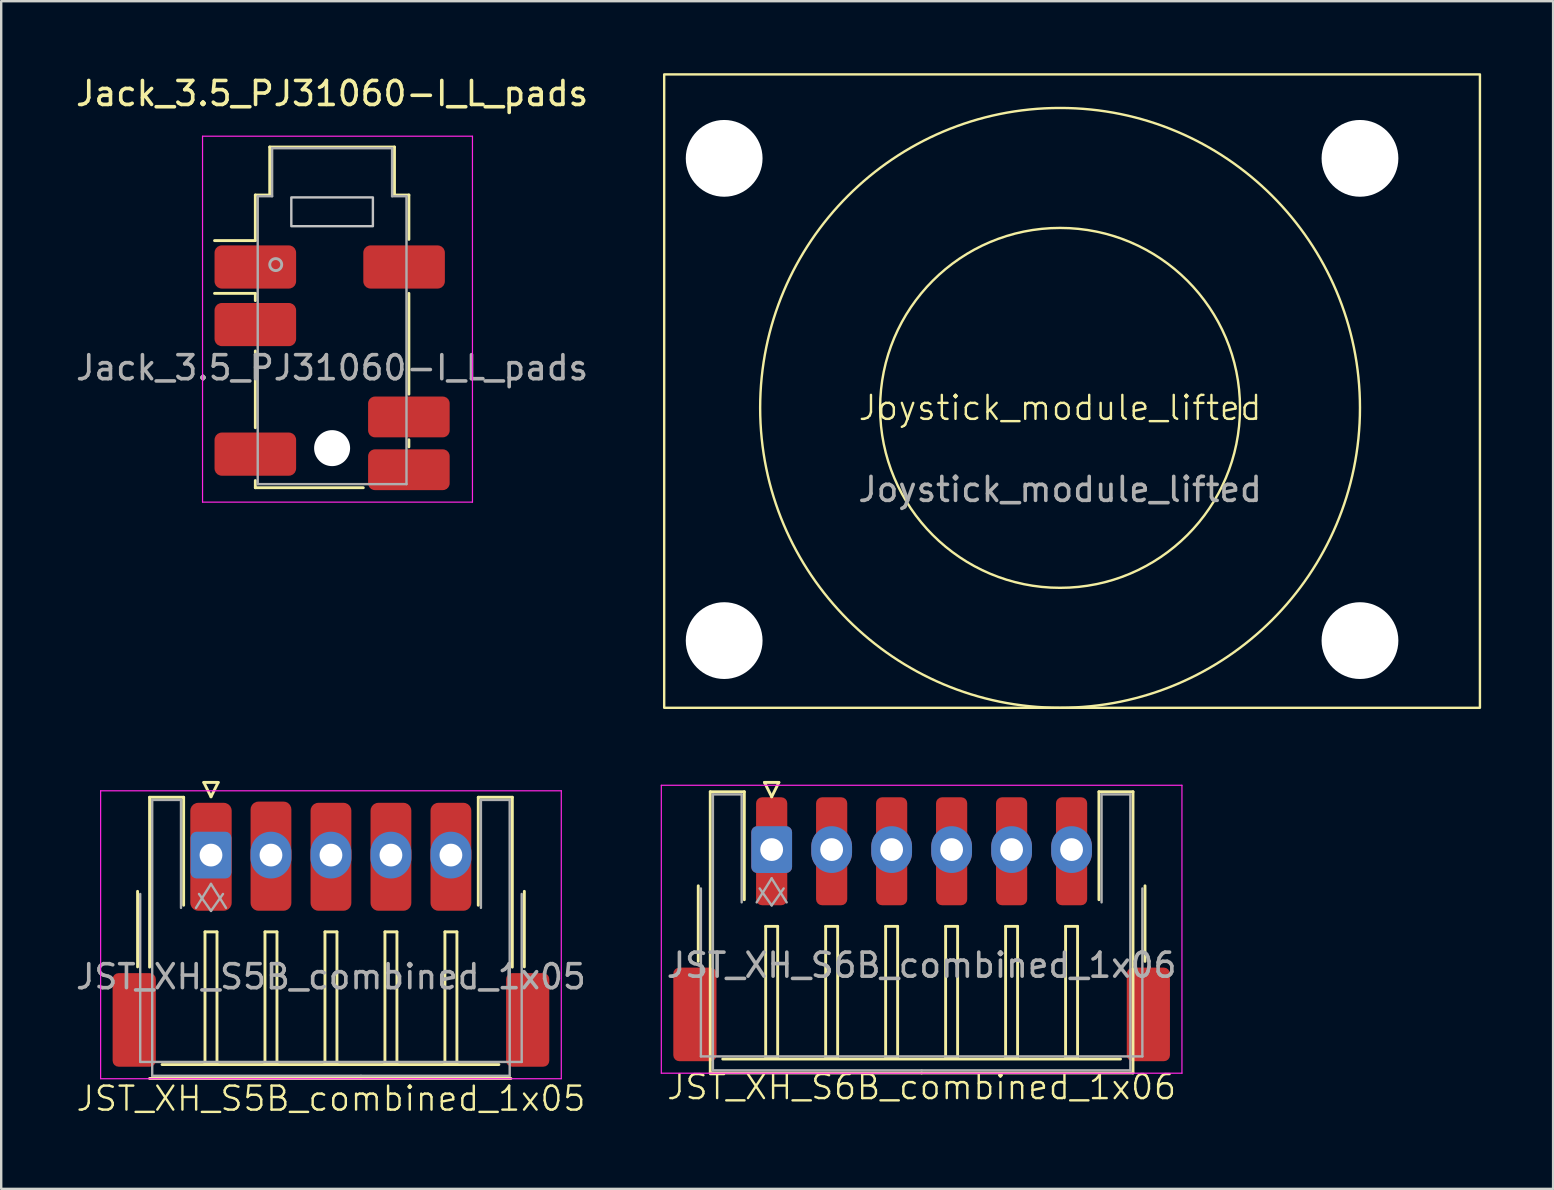
<source format=kicad_pcb>
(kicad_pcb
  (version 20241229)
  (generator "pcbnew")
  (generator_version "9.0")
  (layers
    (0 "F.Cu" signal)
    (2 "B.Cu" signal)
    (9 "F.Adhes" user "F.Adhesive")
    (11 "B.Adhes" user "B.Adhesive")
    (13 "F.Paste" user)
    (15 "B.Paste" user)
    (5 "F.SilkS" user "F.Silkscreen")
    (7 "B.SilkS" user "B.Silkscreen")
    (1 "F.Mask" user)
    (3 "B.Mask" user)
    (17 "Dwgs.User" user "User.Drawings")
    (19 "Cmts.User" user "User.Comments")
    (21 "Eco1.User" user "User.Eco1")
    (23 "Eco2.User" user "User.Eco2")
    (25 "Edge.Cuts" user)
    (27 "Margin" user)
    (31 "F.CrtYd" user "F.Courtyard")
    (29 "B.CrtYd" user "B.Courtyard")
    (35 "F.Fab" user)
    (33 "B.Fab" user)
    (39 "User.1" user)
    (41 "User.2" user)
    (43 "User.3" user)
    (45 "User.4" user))
  (footprint "Joystick_module_lifted"
    (layer "F.Cu")
    (at 27.133 3.55)
    (property "Reference" "Joystick_module_lifted" (at 14 10.4 0) (unlocked yes) (layer "F.SilkS") (effects (font (size 1 1) (thickness 0.1))))
    (fp_rect (start -2.5 -3.5) (end 31.5 22.9) (stroke (width 0.1) (type default)) (fill no) (layer "F.SilkS"))
    (fp_circle (center 14 10.4) (end 21.5 10.4) (stroke (width 0.1) (type default)) (fill no) (layer "F.SilkS"))
    (fp_circle (center 14 10.4) (end 26.5 10.4) (stroke (width 0.1) (type default)) (fill no) (layer "F.SilkS"))
    (fp_text user "${REFERENCE}" (at 14 13.8 0) (unlocked yes) (layer "F.Fab") (effects (font (size 1 1) (thickness 0.15))))
    (pad "" np_thru_hole circle (at 0 0) (size 3.2 3.2) (drill 3.2) (layers "*.Cu" "*.Mask"))
    (pad "" np_thru_hole circle (at 0 20.1) (size 3.2 3.2) (drill 3.2) (layers "*.Cu" "*.Mask"))
    (pad "" np_thru_hole circle (at 26.5 0) (size 3.2 3.2) (drill 3.2) (layers "*.Cu" "*.Mask"))
    (pad "" np_thru_hole circle (at 26.5 20.1) (size 3.2 3.2) (drill 3.2) (layers "*.Cu" "*.Mask")))
  (footprint "JST_XH_S6B_combined_1x06"
    (layer "F.Cu")
    (at 29.113 32.43)
    (property "Reference" "JST_XH_S6B_combined_1x06" (at 6.25 9.83 0) (unlocked yes) (layer "F.SilkS") (effects (font (size 1 1) (thickness 0.1))))
    (attr through_hole)
    (fp_line (start -3.06 4.59) (end -3.06 1.44) (stroke (width 0.12) (type solid)) (layer "F.SilkS"))
    (fp_line (start -2.56 -2.48) (end -1.14 -2.48) (stroke (width 0.12) (type solid)) (layer "F.SilkS"))
    (fp_line (start -2.56 9.24) (end -2.56 -2.48) (stroke (width 0.12) (type solid)) (layer "F.SilkS"))
    (fp_line (start -2.04 8.66) (end 14.54 8.66) (stroke (width 0.12) (type solid)) (layer "F.SilkS"))
    (fp_line (start -1.14 -2.48) (end -1.14 2.02) (stroke (width 0.12) (type solid)) (layer "F.SilkS"))
    (fp_line (start -0.3 -2.87) (end 0.3 -2.87) (stroke (width 0.12) (type solid)) (layer "F.SilkS"))
    (fp_line (start -0.25 3.13) (end -0.25 8.63) (stroke (width 0.12) (type solid)) (layer "F.SilkS"))
    (fp_line (start -0.25 8.63) (end 0.25 8.63) (stroke (width 0.12) (type solid)) (layer "F.SilkS"))
    (fp_line (start 0 -2.27) (end -0.3 -2.87) (stroke (width 0.12) (type solid)) (layer "F.SilkS"))
    (fp_line (start 0.25 3.13) (end -0.25 3.13) (stroke (width 0.12) (type solid)) (layer "F.SilkS"))
    (fp_line (start 0.25 8.63) (end 0.25 3.13) (stroke (width 0.12) (type solid)) (layer "F.SilkS"))
    (fp_line (start 0.3 -2.87) (end 0 -2.27) (stroke (width 0.12) (type solid)) (layer "F.SilkS"))
    (fp_line (start 2.25 3.13) (end 2.25 8.63) (stroke (width 0.12) (type solid)) (layer "F.SilkS"))
    (fp_line (start 2.25 8.63) (end 2.75 8.63) (stroke (width 0.12) (type solid)) (layer "F.SilkS"))
    (fp_line (start 2.75 3.13) (end 2.25 3.13) (stroke (width 0.12) (type solid)) (layer "F.SilkS"))
    (fp_line (start 2.75 8.63) (end 2.75 3.13) (stroke (width 0.12) (type solid)) (layer "F.SilkS"))
    (fp_line (start 4.75 3.13) (end 4.75 8.63) (stroke (width 0.12) (type solid)) (layer "F.SilkS"))
    (fp_line (start 4.75 8.63) (end 5.25 8.63) (stroke (width 0.12) (type solid)) (layer "F.SilkS"))
    (fp_line (start 5.25 3.13) (end 4.75 3.13) (stroke (width 0.12) (type solid)) (layer "F.SilkS"))
    (fp_line (start 5.25 8.63) (end 5.25 3.13) (stroke (width 0.12) (type solid)) (layer "F.SilkS"))
    (fp_line (start 6.25 9.24) (end -2.56 9.24) (stroke (width 0.12) (type solid)) (layer "F.SilkS"))
    (fp_line (start 6.25 9.24) (end 15.06 9.24) (stroke (width 0.12) (type solid)) (layer "F.SilkS"))
    (fp_line (start 7.25 3.13) (end 7.25 8.63) (stroke (width 0.12) (type solid)) (layer "F.SilkS"))
    (fp_line (start 7.25 8.63) (end 7.75 8.63) (stroke (width 0.12) (type solid)) (layer "F.SilkS"))
    (fp_line (start 7.75 3.13) (end 7.25 3.13) (stroke (width 0.12) (type solid)) (layer "F.SilkS"))
    (fp_line (start 7.75 8.63) (end 7.75 3.13) (stroke (width 0.12) (type solid)) (layer "F.SilkS"))
    (fp_line (start 9.75 3.13) (end 9.75 8.63) (stroke (width 0.12) (type solid)) (layer "F.SilkS"))
    (fp_line (start 9.75 8.63) (end 10.25 8.63) (stroke (width 0.12) (type solid)) (layer "F.SilkS"))
    (fp_line (start 10.25 3.13) (end 9.75 3.13) (stroke (width 0.12) (type solid)) (layer "F.SilkS"))
    (fp_line (start 10.25 8.63) (end 10.25 3.13) (stroke (width 0.12) (type solid)) (layer "F.SilkS"))
    (fp_line (start 12.25 3.13) (end 12.25 8.63) (stroke (width 0.12) (type solid)) (layer "F.SilkS"))
    (fp_line (start 12.25 8.63) (end 12.75 8.63) (stroke (width 0.12) (type solid)) (layer "F.SilkS"))
    (fp_line (start 12.75 3.13) (end 12.25 3.13) (stroke (width 0.12) (type solid)) (layer "F.SilkS"))
    (fp_line (start 12.75 8.63) (end 12.75 3.13) (stroke (width 0.12) (type solid)) (layer "F.SilkS"))
    (fp_line (start 13.64 -2.48) (end 13.64 2.02) (stroke (width 0.12) (type solid)) (layer "F.SilkS"))
    (fp_line (start 15.06 -2.48) (end 13.64 -2.48) (stroke (width 0.12) (type solid)) (layer "F.SilkS"))
    (fp_line (start 15.06 9.24) (end 15.06 -2.48) (stroke (width 0.12) (type solid)) (layer "F.SilkS"))
    (fp_line (start 15.56 4.59) (end 15.56 1.44) (stroke (width 0.12) (type solid)) (layer "F.SilkS"))
    (fp_line (start -4.6 -2.75) (end -4.6 9.25) (stroke (width 0.05) (type solid)) (layer "F.CrtYd"))
    (fp_line (start -4.6 9.25) (end 17.1 9.25) (stroke (width 0.05) (type solid)) (layer "F.CrtYd"))
    (fp_line (start 17.1 -2.75) (end -4.6 -2.75) (stroke (width 0.05) (type solid)) (layer "F.CrtYd"))
    (fp_line (start 17.1 9.25) (end 17.1 -2.75) (stroke (width 0.05) (type solid)) (layer "F.CrtYd"))
    (fp_line (start -2.95 1.55) (end -2.95 8.55) (stroke (width 0.1) (type solid)) (layer "F.Fab"))
    (fp_line (start -2.95 8.55) (end 15.45 8.55) (stroke (width 0.1) (type solid)) (layer "F.Fab"))
    (fp_line (start -2.45 -2.37) (end -1.25 -2.37) (stroke (width 0.1) (type solid)) (layer "F.Fab"))
    (fp_line (start -2.45 9.13) (end -2.45 -2.37) (stroke (width 0.1) (type solid)) (layer "F.Fab"))
    (fp_line (start -1.25 -2.37) (end -1.25 2.13) (stroke (width 0.1) (type solid)) (layer "F.Fab"))
    (fp_line (start -0.625 2.13) (end 0 1.13) (stroke (width 0.1) (type solid)) (layer "F.Fab"))
    (fp_line (start -0.5 1.55) (end 0 2.257) (stroke (width 0.1) (type solid)) (layer "F.Fab"))
    (fp_line (start 0 1.13) (end 0.625 2.13) (stroke (width 0.1) (type solid)) (layer "F.Fab"))
    (fp_line (start 0 2.257) (end 0.5 1.55) (stroke (width 0.1) (type solid)) (layer "F.Fab"))
    (fp_line (start 6.25 9.13) (end -2.45 9.13) (stroke (width 0.1) (type solid)) (layer "F.Fab"))
    (fp_line (start 6.25 9.13) (end 14.95 9.13) (stroke (width 0.1) (type solid)) (layer "F.Fab"))
    (fp_line (start 13.75 -2.37) (end 13.75 2.13) (stroke (width 0.1) (type solid)) (layer "F.Fab"))
    (fp_line (start 14.95 -2.37) (end 13.75 -2.37) (stroke (width 0.1) (type solid)) (layer "F.Fab"))
    (fp_line (start 14.95 9.13) (end 14.95 -2.37) (stroke (width 0.1) (type solid)) (layer "F.Fab"))
    (fp_line (start 15.45 1.55) (end 15.45 8.55) (stroke (width 0.1) (type solid)) (layer "F.Fab"))
    (fp_text user "${REFERENCE}" (at 6.25 4.75 0) (unlocked yes) (layer "F.Fab") (effects (font (size 1 1) (thickness 0.15))))
    (pad "1" thru_hole roundrect (at 0 -0.07) (size 1.7 1.95) (drill 0.95) (layers "*.Cu" "*.Mask") (roundrect_rratio 0.147))
    (pad "1" smd roundrect (at 0 0) (size 1.3 4.5) (layers "F.Cu" "F.Mask" "F.Paste") (roundrect_rratio 0.192))
    (pad "2" thru_hole oval (at 2.5 -0.07) (size 1.7 1.95) (drill 0.95) (layers "*.Cu" "*.Mask"))
    (pad "2" smd roundrect (at 2.5 0) (size 1.3 4.5) (layers "F.Cu" "F.Mask" "F.Paste") (roundrect_rratio 0.192))
    (pad "3" thru_hole oval (at 5 -0.07) (size 1.7 1.95) (drill 0.95) (layers "*.Cu" "*.Mask"))
    (pad "3" smd roundrect (at 5 0) (size 1.3 4.5) (layers "F.Cu" "F.Mask" "F.Paste") (roundrect_rratio 0.192))
    (pad "4" thru_hole oval (at 7.5 -0.07) (size 1.7 1.95) (drill 0.95) (layers "*.Cu" "*.Mask"))
    (pad "4" smd roundrect (at 7.5 0) (size 1.3 4.5) (layers "F.Cu" "F.Mask" "F.Paste") (roundrect_rratio 0.192))
    (pad "5" thru_hole oval (at 10 -0.07) (size 1.7 1.95) (drill 0.95) (layers "*.Cu" "*.Mask"))
    (pad "5" smd roundrect (at 10 0) (size 1.3 4.5) (layers "F.Cu" "F.Mask" "F.Paste") (roundrect_rratio 0.192))
    (pad "6" thru_hole oval (at 12.5 -0.07) (size 1.7 1.95) (drill 0.95) (layers "*.Cu" "*.Mask"))
    (pad "6" smd roundrect (at 12.5 0) (size 1.3 4.5) (layers "F.Cu" "F.Mask" "F.Paste") (roundrect_rratio 0.192))
    (pad "MP" smd roundrect (at -3.2 6.8) (size 1.8 3.9) (layers "F.Cu" "F.Mask" "F.Paste") (roundrect_rratio 0.139))
    (pad "MP" smd roundrect (at 15.7 6.8) (size 1.8 3.9) (layers "F.Cu" "F.Mask" "F.Paste") (roundrect_rratio 0.139)))
  (footprint "Jack_3.5_PJ31060-I_L_pads"
    (layer "F.Cu")
    (at 10.792 12.278)
    (property "Reference" "Jack_3.5_PJ31060-I_L_pads" (at 0 -11.43 0) (layer "F.SilkS") (effects (font (size 1 1) (thickness 0.15))))
    (attr smd)
    (fp_line (start -4.9 -3.1) (end -3.2 -3.1) (stroke (width 0.12) (type solid)) (layer "F.SilkS"))
    (fp_line (start -3.2 -7.2) (end -2.6 -7.2) (stroke (width 0.12) (type solid)) (layer "F.SilkS"))
    (fp_line (start -3.2 -5.3) (end -4.9 -5.3) (stroke (width 0.12) (type solid)) (layer "F.SilkS"))
    (fp_line (start -3.2 -5.3) (end -3.2 -7.2) (stroke (width 0.12) (type solid)) (layer "F.SilkS"))
    (fp_line (start -3.2 -2.8) (end -3.2 -3.1) (stroke (width 0.12) (type solid)) (layer "F.SilkS"))
    (fp_line (start -3.2 2.5) (end -3.2 -0.7) (stroke (width 0.12) (type solid)) (layer "F.SilkS"))
    (fp_line (start -3.2 5) (end -3.2 4.7) (stroke (width 0.12) (type solid)) (layer "F.SilkS"))
    (fp_line (start -2.6 -9.2) (end 2.6 -9.2) (stroke (width 0.12) (type solid)) (layer "F.SilkS"))
    (fp_line (start -2.6 -7.2) (end -2.6 -9.2) (stroke (width 0.12) (type solid)) (layer "F.SilkS"))
    (fp_line (start 1.3 5) (end -3.2 5) (stroke (width 0.12) (type solid)) (layer "F.SilkS"))
    (fp_line (start 2.6 -9.2) (end 2.6 -7.2) (stroke (width 0.12) (type solid)) (layer "F.SilkS"))
    (fp_line (start 2.6 -7.2) (end 3.2 -7.2) (stroke (width 0.12) (type solid)) (layer "F.SilkS"))
    (fp_line (start 3.2 -7.2) (end 3.2 -5.35) (stroke (width 0.12) (type solid)) (layer "F.SilkS"))
    (fp_line (start 3.2 -3.1) (end 3.2 1.1) (stroke (width 0.12) (type solid)) (layer "F.SilkS"))
    (fp_line (start 3.2 3) (end 3.2 3.3) (stroke (width 0.12) (type solid)) (layer "F.SilkS"))
    (fp_rect (start -1.7 -7.1) (end 1.7 -5.9) (stroke (width 0.1) (type solid)) (fill no) (layer "Dwgs.User"))
    (fp_line (start -5.4 -9.65) (end -5.4 5.6) (stroke (width 0.05) (type solid)) (layer "F.CrtYd"))
    (fp_line (start -5.4 -9.65) (end 5.85 -9.65) (stroke (width 0.05) (type solid)) (layer "F.CrtYd"))
    (fp_line (start 5.85 5.6) (end -5.4 5.6) (stroke (width 0.05) (type solid)) (layer "F.CrtYd"))
    (fp_line (start 5.85 5.6) (end 5.85 -9.65) (stroke (width 0.05) (type solid)) (layer "F.CrtYd"))
    (fp_line (start -3.1 -7.15) (end -3.1 4.85) (stroke (width 0.1) (type solid)) (layer "F.Fab"))
    (fp_line (start -2.5 -9.15) (end -2.5 -7.15) (stroke (width 0.1) (type solid)) (layer "F.Fab"))
    (fp_line (start -2.5 -7.15) (end -3.1 -7.15) (stroke (width 0.1) (type solid)) (layer "F.Fab"))
    (fp_line (start 2.5 -9.15) (end -2.5 -9.15) (stroke (width 0.1) (type solid)) (layer "F.Fab"))
    (fp_line (start 2.5 -7.15) (end 2.5 -9.15) (stroke (width 0.1) (type solid)) (layer "F.Fab"))
    (fp_line (start 2.5 -7.15) (end 3.1 -7.15) (stroke (width 0.1) (type solid)) (layer "F.Fab"))
    (fp_line (start 3.1 -7.15) (end 3.1 4.85) (stroke (width 0.1) (type solid)) (layer "F.Fab"))
    (fp_line (start 3.1 4.85) (end -3.1 4.85) (stroke (width 0.1) (type solid)) (layer "F.Fab"))
    (fp_circle (center -2.35 -4.3) (end -2.1 -4.3) (stroke (width 0.12) (type solid)) (fill no) (layer "F.Fab"))
    (fp_text user "${REFERENCE}" (at 0 0 0) (layer "F.Fab") (effects (font (size 1 1) (thickness 0.15))))
    (pad "" np_thru_hole circle (at 0 3.35) (size 1.5 1.5) (drill 1.5) (layers "*.Cu" "*.Mask"))
    (pad "R1" smd roundrect (at -3.2 -1.8) (size 3.4 1.8) (layers "F.Cu" "F.Mask" "F.Paste") (roundrect_rratio 0.167))
    (pad "R1N" smd roundrect (at -3.2 3.6) (size 3.4 1.8) (layers "F.Cu" "F.Mask" "F.Paste") (roundrect_rratio 0.167))
    (pad "R2" smd roundrect (at 3 -4.2) (size 3.4 1.8) (layers "F.Cu" "F.Mask" "F.Paste") (roundrect_rratio 0.167))
    (pad "S" smd roundrect (at -3.2 -4.2) (size 3.4 1.8) (layers "F.Cu" "F.Mask" "F.Paste") (roundrect_rratio 0.167))
    (pad "T" smd roundrect (at 3.2 2.05) (size 3.4 1.7) (layers "F.Cu" "F.Mask" "F.Paste") (roundrect_rratio 0.167))
    (pad "TN" smd roundrect (at 3.2 4.25) (size 3.4 1.7) (layers "F.Cu" "F.Mask" "F.Paste") (roundrect_rratio 0.167)))
  (footprint "JST_XH_S5B_combined_1x05"
    (layer "F.Cu")
    (at 5.744 32.66)
    (property "Reference" "JST_XH_S5B_combined_1x05" (at 5 10.08 0) (unlocked yes) (layer "F.SilkS") (effects (font (size 1 1) (thickness 0.1))))
    (attr through_hole)
    (fp_line (start -3.06 4.59) (end -3.06 1.44) (stroke (width 0.12) (type solid)) (layer "F.SilkS"))
    (fp_line (start -2.56 -2.48) (end -1.14 -2.48) (stroke (width 0.12) (type solid)) (layer "F.SilkS"))
    (fp_line (start -2.56 4.6) (end -2.56 -2.48) (stroke (width 0.12) (type solid)) (layer "F.SilkS"))
    (fp_line (start -2.04 8.66) (end 12 8.66) (stroke (width 0.12) (type solid)) (layer "F.SilkS"))
    (fp_line (start -1.14 -2.48) (end -1.14 2.02) (stroke (width 0.12) (type solid)) (layer "F.SilkS"))
    (fp_line (start -0.3 -3.1) (end 0.3 -3.1) (stroke (width 0.12) (type solid)) (layer "F.SilkS"))
    (fp_line (start -0.25 3.13) (end -0.25 8.63) (stroke (width 0.12) (type solid)) (layer "F.SilkS"))
    (fp_line (start -0.25 8.63) (end 0.25 8.63) (stroke (width 0.12) (type solid)) (layer "F.SilkS"))
    (fp_line (start 0 -2.5) (end -0.3 -3.1) (stroke (width 0.12) (type solid)) (layer "F.SilkS"))
    (fp_line (start 0.25 3.13) (end -0.25 3.13) (stroke (width 0.12) (type solid)) (layer "F.SilkS"))
    (fp_line (start 0.25 8.63) (end 0.25 3.13) (stroke (width 0.12) (type solid)) (layer "F.SilkS"))
    (fp_line (start 0.3 -3.1) (end 0 -2.5) (stroke (width 0.12) (type solid)) (layer "F.SilkS"))
    (fp_line (start 2.25 3.13) (end 2.25 8.63) (stroke (width 0.12) (type solid)) (layer "F.SilkS"))
    (fp_line (start 2.25 8.63) (end 2.75 8.63) (stroke (width 0.12) (type solid)) (layer "F.SilkS"))
    (fp_line (start 2.75 3.13) (end 2.25 3.13) (stroke (width 0.12) (type solid)) (layer "F.SilkS"))
    (fp_line (start 2.75 8.63) (end 2.75 3.13) (stroke (width 0.12) (type solid)) (layer "F.SilkS"))
    (fp_line (start 4.75 3.13) (end 4.75 8.63) (stroke (width 0.12) (type solid)) (layer "F.SilkS"))
    (fp_line (start 4.75 8.63) (end 5.25 8.63) (stroke (width 0.12) (type solid)) (layer "F.SilkS"))
    (fp_line (start 5.25 3.13) (end 4.75 3.13) (stroke (width 0.12) (type solid)) (layer "F.SilkS"))
    (fp_line (start 5.25 8.63) (end 5.25 3.13) (stroke (width 0.12) (type solid)) (layer "F.SilkS"))
    (fp_line (start 6.25 9.24) (end -2.56 9.24) (stroke (width 0.12) (type solid)) (layer "F.SilkS"))
    (fp_line (start 6.25 9.24) (end 12.5 9.24) (stroke (width 0.12) (type solid)) (layer "F.SilkS"))
    (fp_line (start 7.25 3.13) (end 7.25 8.63) (stroke (width 0.12) (type solid)) (layer "F.SilkS"))
    (fp_line (start 7.25 8.63) (end 7.75 8.63) (stroke (width 0.12) (type solid)) (layer "F.SilkS"))
    (fp_line (start 7.75 3.13) (end 7.25 3.13) (stroke (width 0.12) (type solid)) (layer "F.SilkS"))
    (fp_line (start 7.75 8.63) (end 7.75 3.13) (stroke (width 0.12) (type solid)) (layer "F.SilkS"))
    (fp_line (start 9.75 3.13) (end 9.75 8.63) (stroke (width 0.12) (type solid)) (layer "F.SilkS"))
    (fp_line (start 9.75 8.63) (end 10.25 8.63) (stroke (width 0.12) (type solid)) (layer "F.SilkS"))
    (fp_line (start 10.25 3.13) (end 9.75 3.13) (stroke (width 0.12) (type solid)) (layer "F.SilkS"))
    (fp_line (start 10.25 8.63) (end 10.25 3.13) (stroke (width 0.12) (type solid)) (layer "F.SilkS"))
    (fp_line (start 11.14 -2.48) (end 11.14 2.02) (stroke (width 0.12) (type solid)) (layer "F.SilkS"))
    (fp_line (start 12.56 -2.48) (end 11.14 -2.48) (stroke (width 0.12) (type solid)) (layer "F.SilkS"))
    (fp_line (start 12.56 4.6) (end 12.56 -2.48) (stroke (width 0.12) (type solid)) (layer "F.SilkS"))
    (fp_line (start 13.06 4.59) (end 13.06 1.44) (stroke (width 0.12) (type solid)) (layer "F.SilkS"))
    (fp_line (start -4.6 -2.75) (end -4.6 9.25) (stroke (width 0.05) (type solid)) (layer "F.CrtYd"))
    (fp_line (start -4.6 9.25) (end 14.6 9.25) (stroke (width 0.05) (type solid)) (layer "F.CrtYd"))
    (fp_line (start 14.6 -2.75) (end -4.6 -2.75) (stroke (width 0.05) (type solid)) (layer "F.CrtYd"))
    (fp_line (start 14.6 9.25) (end 14.6 -2.75) (stroke (width 0.05) (type solid)) (layer "F.CrtYd"))
    (fp_line (start -2.95 1.55) (end -2.95 8.55) (stroke (width 0.1) (type solid)) (layer "F.Fab"))
    (fp_line (start -2.95 8.55) (end 12.95 8.55) (stroke (width 0.1) (type solid)) (layer "F.Fab"))
    (fp_line (start -2.45 -2.37) (end -1.25 -2.37) (stroke (width 0.1) (type solid)) (layer "F.Fab"))
    (fp_line (start -2.45 9.13) (end -2.45 -2.37) (stroke (width 0.1) (type solid)) (layer "F.Fab"))
    (fp_line (start -1.25 -2.37) (end -1.25 2.13) (stroke (width 0.1) (type solid)) (layer "F.Fab"))
    (fp_line (start -0.625 2.13) (end 0 1.13) (stroke (width 0.1) (type solid)) (layer "F.Fab"))
    (fp_line (start -0.5 1.55) (end 0 2.257) (stroke (width 0.1) (type solid)) (layer "F.Fab"))
    (fp_line (start 0 1.13) (end 0.625 2.13) (stroke (width 0.1) (type solid)) (layer "F.Fab"))
    (fp_line (start 0 2.257) (end 0.5 1.55) (stroke (width 0.1) (type solid)) (layer "F.Fab"))
    (fp_line (start 6.25 9.13) (end -2.45 9.13) (stroke (width 0.1) (type solid)) (layer "F.Fab"))
    (fp_line (start 6.25 9.13) (end 12.45 9.13) (stroke (width 0.1) (type solid)) (layer "F.Fab"))
    (fp_line (start 11.25 -2.37) (end 11.25 2.13) (stroke (width 0.1) (type solid)) (layer "F.Fab"))
    (fp_line (start 12.45 -2.37) (end 11.25 -2.37) (stroke (width 0.1) (type solid)) (layer "F.Fab"))
    (fp_line (start 12.45 9.13) (end 12.45 -2.37) (stroke (width 0.1) (type solid)) (layer "F.Fab"))
    (fp_line (start 12.95 1.55) (end 12.95 8.55) (stroke (width 0.1) (type solid)) (layer "F.Fab"))
    (fp_text user "${REFERENCE}" (at 5 5 0) (unlocked yes) (layer "F.Fab") (effects (font (size 1 1) (thickness 0.15))))
    (pad "1" thru_hole roundrect (at 0 -0.07) (size 1.7 1.95) (drill 0.95) (layers "*.Cu" "*.Mask") (roundrect_rratio 0.147))
    (pad "1" smd roundrect (at 0 0) (size 1.725 4.5) (layers "F.Cu" "F.Mask" "F.Paste") (roundrect_rratio 0.192))
    (pad "2" thru_hole oval (at 2.5 -0.07) (size 1.7 1.95) (drill 0.95) (layers "*.Cu" "*.Mask"))
    (pad "2" smd roundrect (at 2.5 -0.025) (size 1.7 4.55) (layers "F.Cu" "F.Mask" "F.Paste") (roundrect_rratio 0.192))
    (pad "3" thru_hole oval (at 5 -0.07) (size 1.7 1.95) (drill 0.95) (layers "*.Cu" "*.Mask"))
    (pad "3" smd roundrect (at 5 0) (size 1.7 4.5) (layers "F.Cu" "F.Mask" "F.Paste") (roundrect_rratio 0.192))
    (pad "4" thru_hole oval (at 7.5 -0.07) (size 1.7 1.95) (drill 0.95) (layers "*.Cu" "*.Mask"))
    (pad "4" smd roundrect (at 7.5 0) (size 1.7 4.5) (layers "F.Cu" "F.Mask" "F.Paste") (roundrect_rratio 0.192))
    (pad "5" thru_hole oval (at 10 -0.07) (size 1.7 1.95) (drill 0.95) (layers "*.Cu" "*.Mask"))
    (pad "5" smd roundrect (at 10 0) (size 1.7 4.5) (layers "F.Cu" "F.Mask" "F.Paste") (roundrect_rratio 0.192))
    (pad "MP" smd roundrect (at -3.2 6.8) (size 1.8 3.9) (layers "F.Cu" "F.Mask" "F.Paste") (roundrect_rratio 0.139))
    (pad "MP" smd roundrect (at 13.2 6.8) (size 1.8 3.9) (layers "F.Cu" "F.Mask" "F.Paste") (roundrect_rratio 0.139)))
  (gr_rect
    (start -3 -3)
    (end 61.683 46.501)
    (stroke (width 0.1) (type default))
    (fill no)
    (layer "Edge.Cuts")))
</source>
